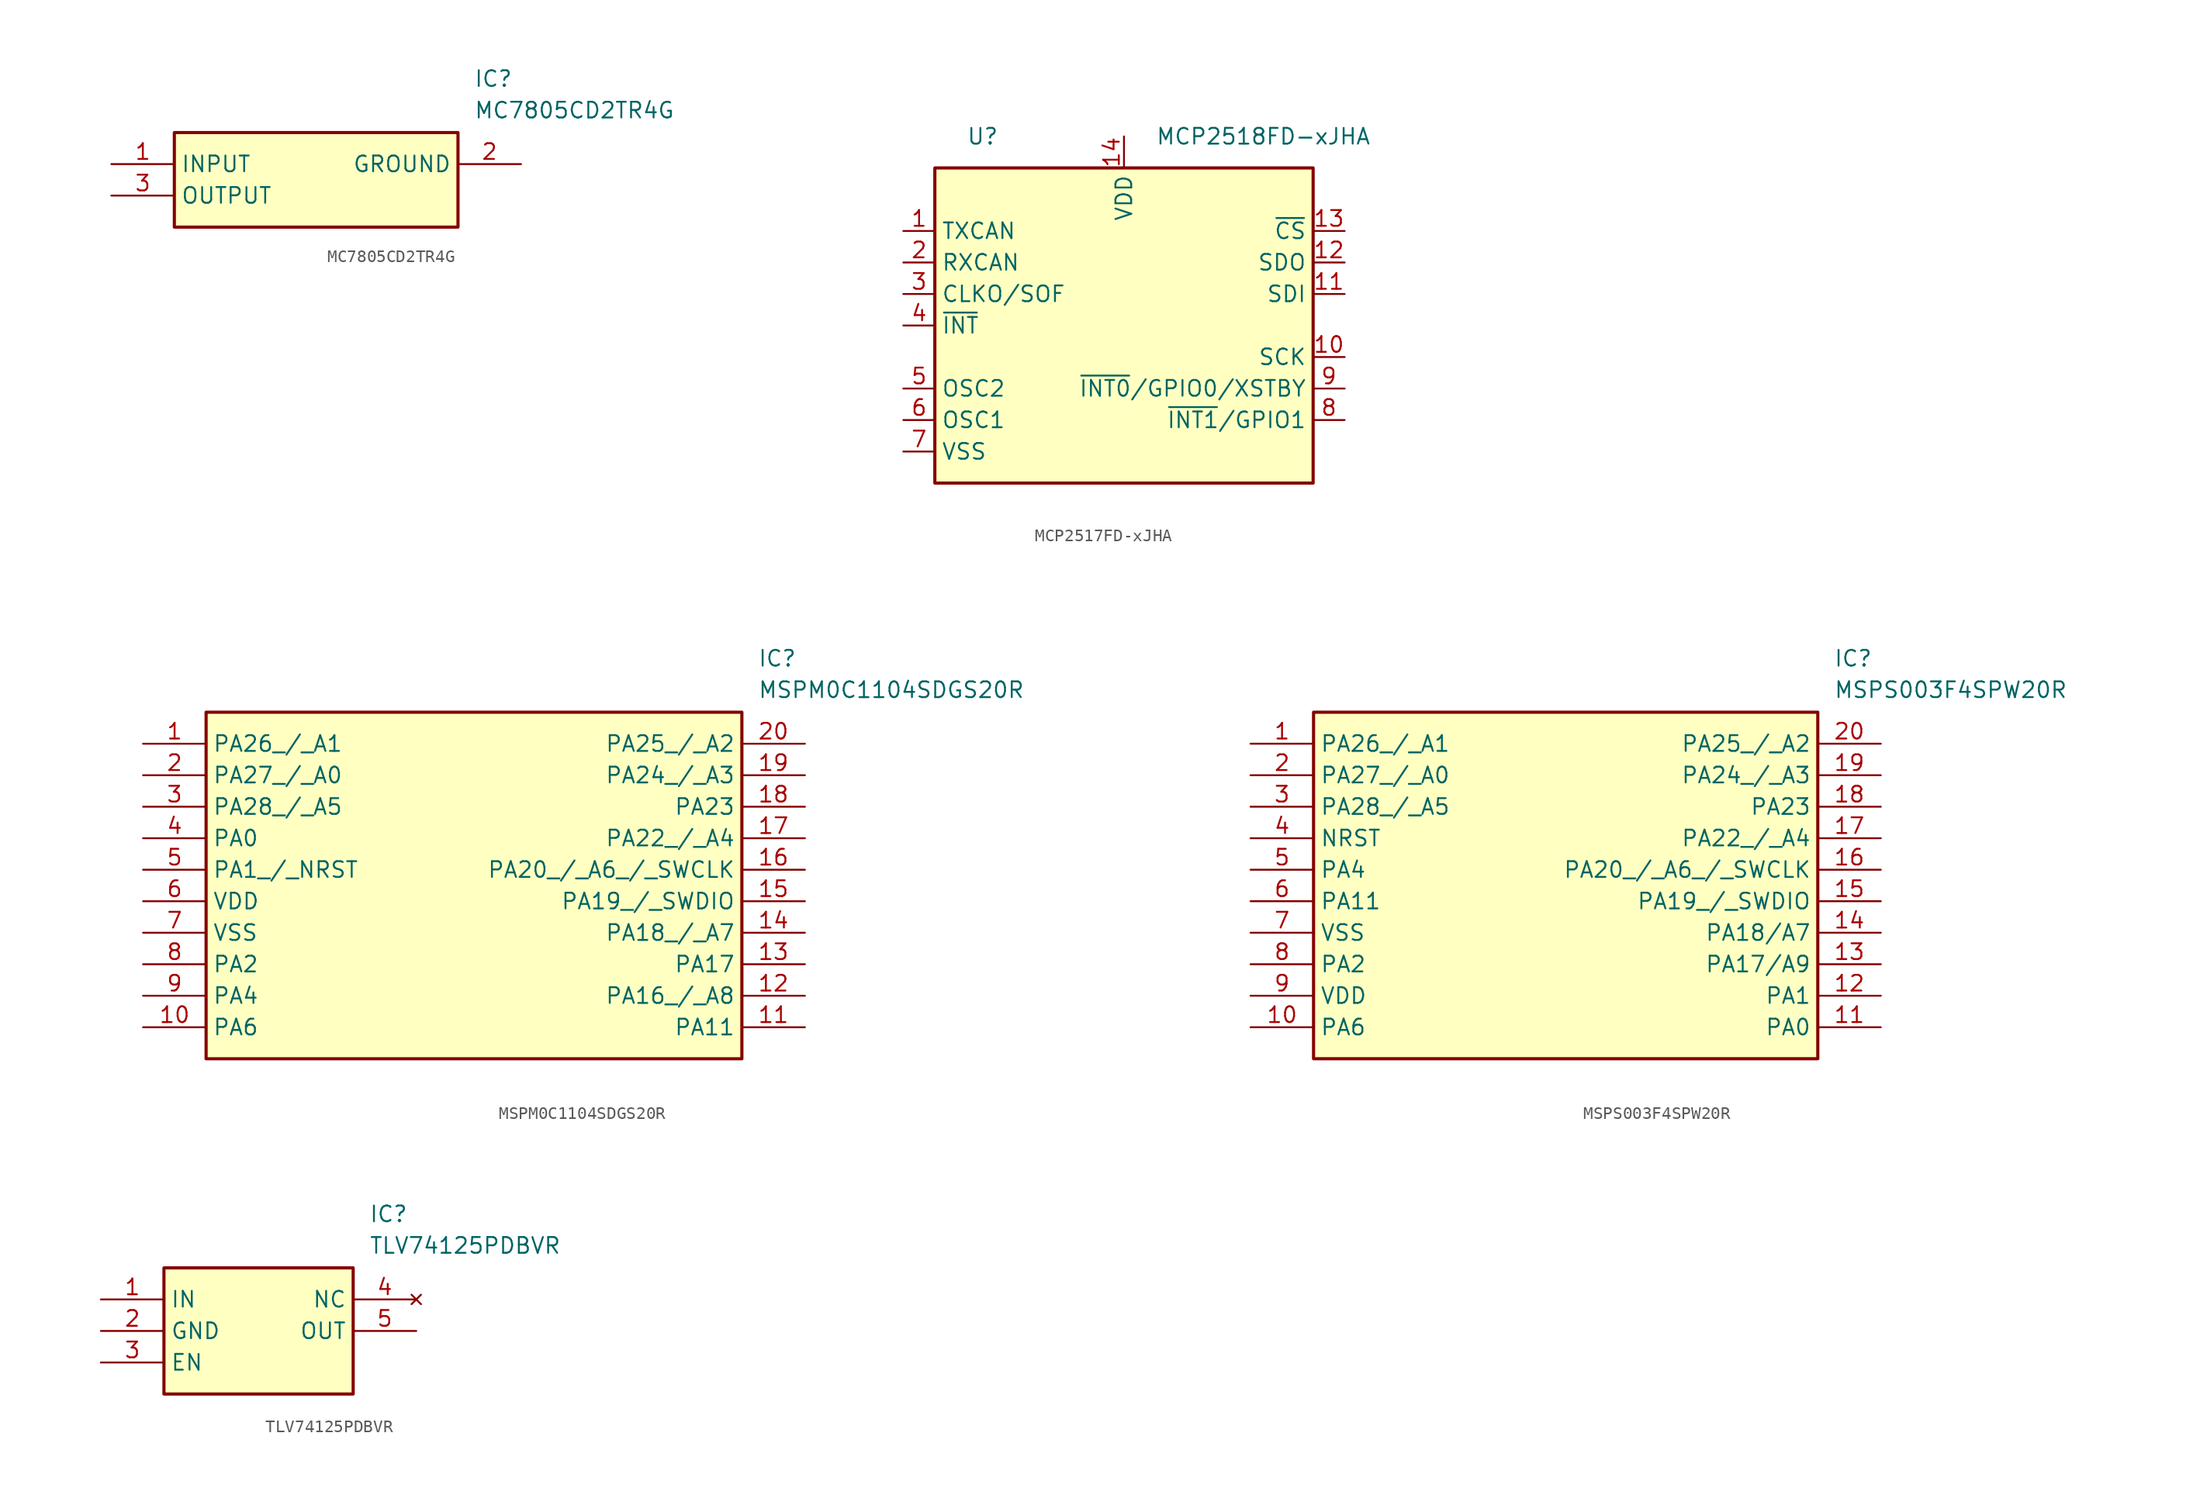
<source format=kicad_sym>
(kicad_symbol_lib
  (version 20241209)
  (generator "kicad_symbol_editor")
  (generator_version "9.0")
  (symbol "MC7805CD2TR4G"
    (property "Reference" "IC"
      (at 29.21 7.62 0)
      (effects (font (size 1.27 1.27)) (justify left top)))
    (property "Value" "MC7805CD2TR4G"
      (at 29.21 5.08 0)
      (effects (font (size 1.27 1.27)) (justify left top)))
    (symbol "MC7805CD2TR4G_1_1"
      (rectangle (start 5.08 2.54) (end 27.94 -5.08) (stroke (width 0.254) (type default)) (fill (type background)))
      (pin passive line (at 0 0 0) (length 5.08) (name "INPUT" (effects (font (size 1.27 1.27)))) (number "1" (effects (font (size 1.27 1.27)))))
      (pin passive line (at 0 -2.54 0) (length 5.08) (name "OUTPUT" (effects (font (size 1.27 1.27)))) (number "3" (effects (font (size 1.27 1.27)))))
      (pin passive line (at 33.02 0 180) (length 5.08) (name "GROUND" (effects (font (size 1.27 1.27)))) (number "2" (effects (font (size 1.27 1.27)))))))
  (symbol "MCP2517FD-xJHA"
    (property "Reference" "U"
      (at -12.7 15.24 0)
      (effects (font (size 1.27 1.27)) (justify left)))
    (property "Value" "MCP2518FD-xJHA"
      (at 2.54 15.24 0)
      (effects (font (size 1.27 1.27)) (justify left)))
    (symbol "MCP2517FD-xJHA_0_1"
      (rectangle (start -15.24 12.7) (end 15.24 -12.7) (stroke (width 0.254) (type default)) (fill (type background))))
    (symbol "MCP2517FD-xJHA_1_1"
      (pin passive line (at -22.86 16.51 90) (length 2.54) (hide yes) (name "VSS" (effects (font (size 1.27 1.27)))) (number "15" (effects (font (size 1.27 1.27)))))
      (pin output line (at -17.78 7.62 0) (length 2.54) (name "TXCAN" (effects (font (size 1.27 1.27)))) (number "1" (effects (font (size 1.27 1.27)))))
      (pin input line (at -17.78 5.08 0) (length 2.54) (name "RXCAN" (effects (font (size 1.27 1.27)))) (number "2" (effects (font (size 1.27 1.27)))))
      (pin output line (at -17.78 2.54 0) (length 2.54) (name "CLKO/SOF" (effects (font (size 1.27 1.27)))) (number "3" (effects (font (size 1.27 1.27)))))
      (pin output line (at -17.78 0 0) (length 2.54) (name "~{INT}" (effects (font (size 1.27 1.27)))) (number "4" (effects (font (size 1.27 1.27)))))
      (pin output line (at -17.78 -5.08 0) (length 2.54) (name "OSC2" (effects (font (size 1.27 1.27)))) (number "5" (effects (font (size 1.27 1.27)))))
      (pin input line (at -17.78 -7.62 0) (length 2.54) (name "OSC1" (effects (font (size 1.27 1.27)))) (number "6" (effects (font (size 1.27 1.27)))))
      (pin power_in line (at -17.78 -10.16 0) (length 2.54) (name "VSS" (effects (font (size 1.27 1.27)))) (number "7" (effects (font (size 1.27 1.27)))))
      (pin power_in line (at 0 15.24 270) (length 2.54) (name "VDD" (effects (font (size 1.27 1.27)))) (number "14" (effects (font (size 1.27 1.27)))))
      (pin input line (at 17.78 7.62 180) (length 2.54) (name "~{CS}" (effects (font (size 1.27 1.27)))) (number "13" (effects (font (size 1.27 1.27)))))
      (pin output line (at 17.78 5.08 180) (length 2.54) (name "SDO" (effects (font (size 1.27 1.27)))) (number "12" (effects (font (size 1.27 1.27)))))
      (pin input line (at 17.78 2.54 180) (length 2.54) (name "SDI" (effects (font (size 1.27 1.27)))) (number "11" (effects (font (size 1.27 1.27)))))
      (pin input line (at 17.78 -2.54 180) (length 2.54) (name "SCK" (effects (font (size 1.27 1.27)))) (number "10" (effects (font (size 1.27 1.27)))))
      (pin bidirectional line (at 17.78 -5.08 180) (length 2.54) (name "~{INT0}/GPIO0/XSTBY" (effects (font (size 1.27 1.27)))) (number "9" (effects (font (size 1.27 1.27)))))
      (pin bidirectional line (at 17.78 -7.62 180) (length 2.54) (name "~{INT1}/GPIO1" (effects (font (size 1.27 1.27)))) (number "8" (effects (font (size 1.27 1.27)))))))
  (symbol "MSPM0C1104SDGS20R"
    (property "Reference" "IC"
      (at 49.53 7.62 0)
      (effects (font (size 1.27 1.27)) (justify left top)))
    (property "Value" "MSPM0C1104SDGS20R"
      (at 49.53 5.08 0)
      (effects (font (size 1.27 1.27)) (justify left top)))
    (symbol "MSPM0C1104SDGS20R_1_1"
      (rectangle (start 5.08 2.54) (end 48.26 -25.4) (stroke (width 0.254) (type default)) (fill (type background)))
      (pin passive line (at 0 0 0) (length 5.08) (name "PA26_/_A1" (effects (font (size 1.27 1.27)))) (number "1" (effects (font (size 1.27 1.27)))))
      (pin passive line (at 0 -2.54 0) (length 5.08) (name "PA27_/_A0" (effects (font (size 1.27 1.27)))) (number "2" (effects (font (size 1.27 1.27)))))
      (pin passive line (at 0 -5.08 0) (length 5.08) (name "PA28_/_A5" (effects (font (size 1.27 1.27)))) (number "3" (effects (font (size 1.27 1.27)))))
      (pin passive line (at 0 -7.62 0) (length 5.08) (name "PA0" (effects (font (size 1.27 1.27)))) (number "4" (effects (font (size 1.27 1.27)))))
      (pin passive line (at 0 -10.16 0) (length 5.08) (name "PA1_/_NRST" (effects (font (size 1.27 1.27)))) (number "5" (effects (font (size 1.27 1.27)))))
      (pin passive line (at 0 -12.7 0) (length 5.08) (name "VDD" (effects (font (size 1.27 1.27)))) (number "6" (effects (font (size 1.27 1.27)))))
      (pin passive line (at 0 -15.24 0) (length 5.08) (name "VSS" (effects (font (size 1.27 1.27)))) (number "7" (effects (font (size 1.27 1.27)))))
      (pin passive line (at 0 -17.78 0) (length 5.08) (name "PA2" (effects (font (size 1.27 1.27)))) (number "8" (effects (font (size 1.27 1.27)))))
      (pin passive line (at 0 -20.32 0) (length 5.08) (name "PA4" (effects (font (size 1.27 1.27)))) (number "9" (effects (font (size 1.27 1.27)))))
      (pin passive line (at 0 -22.86 0) (length 5.08) (name "PA6" (effects (font (size 1.27 1.27)))) (number "10" (effects (font (size 1.27 1.27)))))
      (pin passive line (at 53.34 0 180) (length 5.08) (name "PA25_/_A2" (effects (font (size 1.27 1.27)))) (number "20" (effects (font (size 1.27 1.27)))))
      (pin passive line (at 53.34 -2.54 180) (length 5.08) (name "PA24_/_A3" (effects (font (size 1.27 1.27)))) (number "19" (effects (font (size 1.27 1.27)))))
      (pin passive line (at 53.34 -5.08 180) (length 5.08) (name "PA23" (effects (font (size 1.27 1.27)))) (number "18" (effects (font (size 1.27 1.27)))))
      (pin passive line (at 53.34 -7.62 180) (length 5.08) (name "PA22_/_A4" (effects (font (size 1.27 1.27)))) (number "17" (effects (font (size 1.27 1.27)))))
      (pin passive line (at 53.34 -10.16 180) (length 5.08) (name "PA20_/_A6_/_SWCLK" (effects (font (size 1.27 1.27)))) (number "16" (effects (font (size 1.27 1.27)))))
      (pin passive line (at 53.34 -12.7 180) (length 5.08) (name "PA19_/_SWDIO" (effects (font (size 1.27 1.27)))) (number "15" (effects (font (size 1.27 1.27)))))
      (pin passive line (at 53.34 -15.24 180) (length 5.08) (name "PA18_/_A7" (effects (font (size 1.27 1.27)))) (number "14" (effects (font (size 1.27 1.27)))))
      (pin passive line (at 53.34 -17.78 180) (length 5.08) (name "PA17" (effects (font (size 1.27 1.27)))) (number "13" (effects (font (size 1.27 1.27)))))
      (pin passive line (at 53.34 -20.32 180) (length 5.08) (name "PA16_/_A8" (effects (font (size 1.27 1.27)))) (number "12" (effects (font (size 1.27 1.27)))))
      (pin passive line (at 53.34 -22.86 180) (length 5.08) (name "PA11" (effects (font (size 1.27 1.27)))) (number "11" (effects (font (size 1.27 1.27)))))))
  (symbol "MSPS003F4SPW20R"
    (property "Reference" "IC"
      (at 46.99 7.62 0)
      (effects (font (size 1.27 1.27)) (justify left top)))
    (property "Value" "MSPS003F4SPW20R"
      (at 46.99 5.08 0)
      (effects (font (size 1.27 1.27)) (justify left top)))
    (symbol "MSPS003F4SPW20R_1_1"
      (rectangle (start 5.08 2.54) (end 45.72 -25.4) (stroke (width 0.254) (type default)) (fill (type background)))
      (pin passive line (at 0 0 0) (length 5.08) (name "PA26_/_A1" (effects (font (size 1.27 1.27)))) (number "1" (effects (font (size 1.27 1.27)))))
      (pin passive line (at 0 -2.54 0) (length 5.08) (name "PA27_/_A0" (effects (font (size 1.27 1.27)))) (number "2" (effects (font (size 1.27 1.27)))))
      (pin passive line (at 0 -5.08 0) (length 5.08) (name "PA28_/_A5" (effects (font (size 1.27 1.27)))) (number "3" (effects (font (size 1.27 1.27)))))
      (pin passive line (at 0 -7.62 0) (length 5.08) (name "NRST" (effects (font (size 1.27 1.27)))) (number "4" (effects (font (size 1.27 1.27)))))
      (pin passive line (at 0 -10.16 0) (length 5.08) (name "PA4" (effects (font (size 1.27 1.27)))) (number "5" (effects (font (size 1.27 1.27)))))
      (pin passive line (at 0 -12.7 0) (length 5.08) (name "PA11" (effects (font (size 1.27 1.27)))) (number "6" (effects (font (size 1.27 1.27)))))
      (pin passive line (at 0 -15.24 0) (length 5.08) (name "VSS" (effects (font (size 1.27 1.27)))) (number "7" (effects (font (size 1.27 1.27)))))
      (pin passive line (at 0 -17.78 0) (length 5.08) (name "PA2" (effects (font (size 1.27 1.27)))) (number "8" (effects (font (size 1.27 1.27)))))
      (pin passive line (at 0 -20.32 0) (length 5.08) (name "VDD" (effects (font (size 1.27 1.27)))) (number "9" (effects (font (size 1.27 1.27)))))
      (pin passive line (at 0 -22.86 0) (length 5.08) (name "PA6" (effects (font (size 1.27 1.27)))) (number "10" (effects (font (size 1.27 1.27)))))
      (pin passive line (at 50.8 0 180) (length 5.08) (name "PA25_/_A2" (effects (font (size 1.27 1.27)))) (number "20" (effects (font (size 1.27 1.27)))))
      (pin passive line (at 50.8 -2.54 180) (length 5.08) (name "PA24_/_A3" (effects (font (size 1.27 1.27)))) (number "19" (effects (font (size 1.27 1.27)))))
      (pin passive line (at 50.8 -5.08 180) (length 5.08) (name "PA23" (effects (font (size 1.27 1.27)))) (number "18" (effects (font (size 1.27 1.27)))))
      (pin passive line (at 50.8 -7.62 180) (length 5.08) (name "PA22_/_A4" (effects (font (size 1.27 1.27)))) (number "17" (effects (font (size 1.27 1.27)))))
      (pin passive line (at 50.8 -10.16 180) (length 5.08) (name "PA20_/_A6_/_SWCLK" (effects (font (size 1.27 1.27)))) (number "16" (effects (font (size 1.27 1.27)))))
      (pin passive line (at 50.8 -12.7 180) (length 5.08) (name "PA19_/_SWDIO" (effects (font (size 1.27 1.27)))) (number "15" (effects (font (size 1.27 1.27)))))
      (pin passive line (at 50.8 -15.24 180) (length 5.08) (name "PA18/A7" (effects (font (size 1.27 1.27)))) (number "14" (effects (font (size 1.27 1.27)))))
      (pin passive line (at 50.8 -17.78 180) (length 5.08) (name "PA17/A9" (effects (font (size 1.27 1.27)))) (number "13" (effects (font (size 1.27 1.27)))))
      (pin passive line (at 50.8 -20.32 180) (length 5.08) (name "PA1" (effects (font (size 1.27 1.27)))) (number "12" (effects (font (size 1.27 1.27)))))
      (pin passive line (at 50.8 -22.86 180) (length 5.08) (name "PA0" (effects (font (size 1.27 1.27)))) (number "11" (effects (font (size 1.27 1.27)))))))
  (symbol "TLV74125PDBVR"
    (property "Reference" "IC"
      (at 21.59 7.62 0)
      (effects (font (size 1.27 1.27)) (justify left top)))
    (property "Value" "TLV74125PDBVR"
      (at 21.59 5.08 0)
      (effects (font (size 1.27 1.27)) (justify left top)))
    (symbol "TLV74125PDBVR_1_1"
      (rectangle (start 5.08 2.54) (end 20.32 -7.62) (stroke (width 0.254) (type default)) (fill (type background)))
      (pin passive line (at 0 0 0) (length 5.08) (name "IN" (effects (font (size 1.27 1.27)))) (number "1" (effects (font (size 1.27 1.27)))))
      (pin passive line (at 0 -2.54 0) (length 5.08) (name "GND" (effects (font (size 1.27 1.27)))) (number "2" (effects (font (size 1.27 1.27)))))
      (pin passive line (at 0 -5.08 0) (length 5.08) (name "EN" (effects (font (size 1.27 1.27)))) (number "3" (effects (font (size 1.27 1.27)))))
      (pin no_connect line (at 25.4 0 180) (length 5.08) (name "NC" (effects (font (size 1.27 1.27)))) (number "4" (effects (font (size 1.27 1.27)))))
      (pin passive line (at 25.4 -2.54 180) (length 5.08) (name "OUT" (effects (font (size 1.27 1.27)))) (number "5" (effects (font (size 1.27 1.27))))))))
</source>
